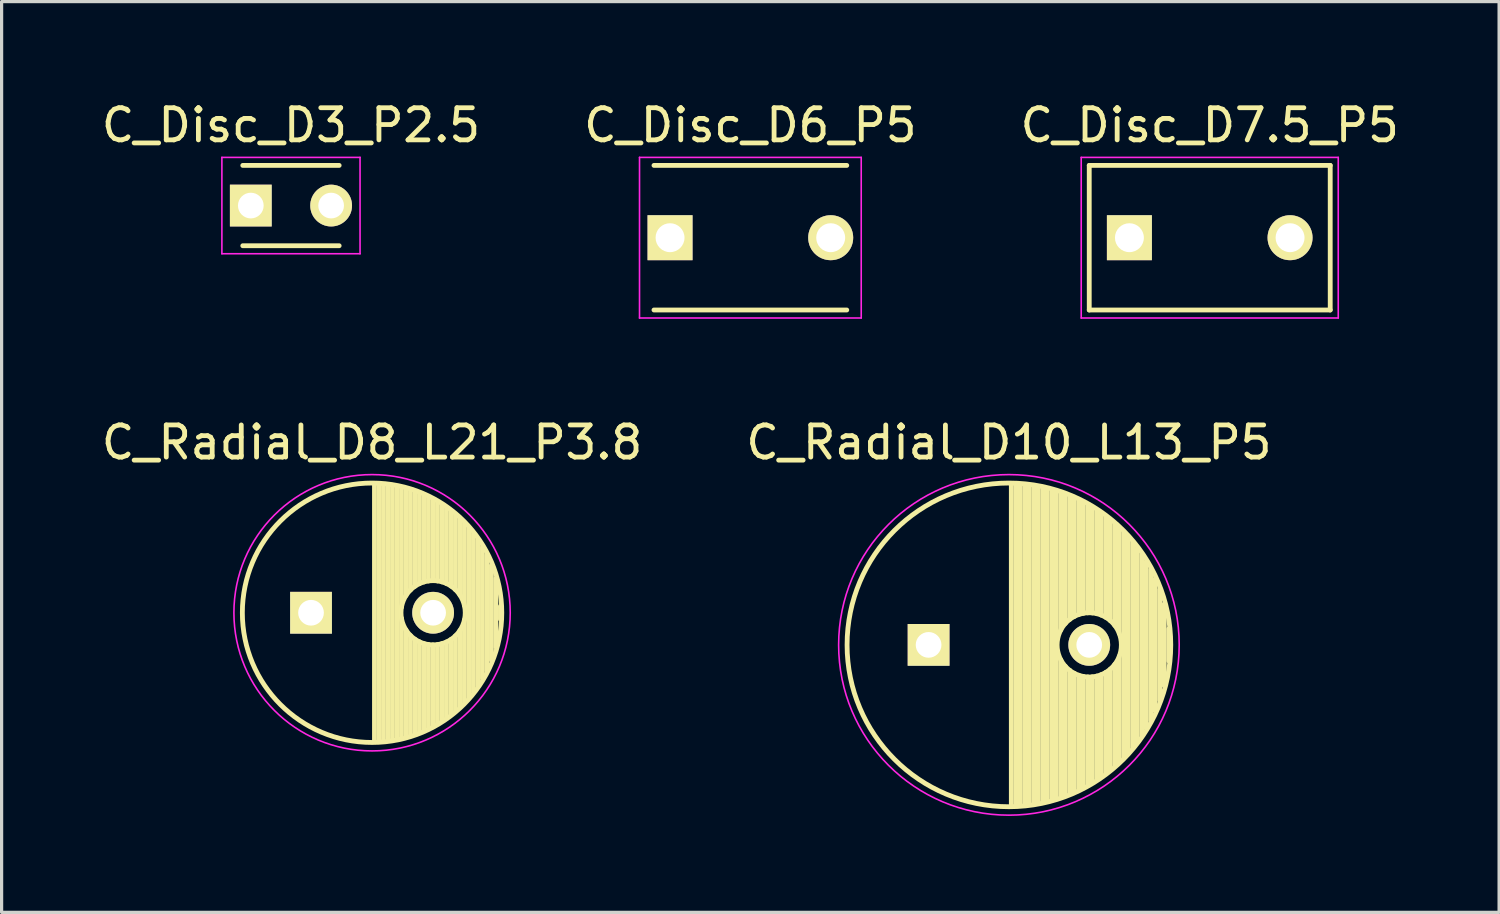
<source format=kicad_pcb>
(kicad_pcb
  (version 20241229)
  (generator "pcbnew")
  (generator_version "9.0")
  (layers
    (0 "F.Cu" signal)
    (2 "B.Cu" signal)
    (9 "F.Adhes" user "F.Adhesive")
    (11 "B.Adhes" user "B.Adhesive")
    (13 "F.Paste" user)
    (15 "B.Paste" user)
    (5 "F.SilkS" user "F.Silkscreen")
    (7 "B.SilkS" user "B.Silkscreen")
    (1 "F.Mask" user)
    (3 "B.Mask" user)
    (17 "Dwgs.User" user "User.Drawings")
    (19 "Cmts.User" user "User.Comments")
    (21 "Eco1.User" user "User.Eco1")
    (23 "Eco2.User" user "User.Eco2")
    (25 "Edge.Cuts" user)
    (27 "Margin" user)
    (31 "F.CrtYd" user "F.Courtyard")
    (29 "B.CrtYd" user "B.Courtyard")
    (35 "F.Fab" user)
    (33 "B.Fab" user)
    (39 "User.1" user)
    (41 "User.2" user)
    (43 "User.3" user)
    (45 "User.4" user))
  (footprint "C_Disc_D3_P2.5"
    (layer "F.Cu")
    (at 4.756 3.348)
    (property "Reference" "C_Disc_D3_P2.5" (at 1.25 -2.5 0) (layer "F.SilkS") (effects (font (size 1 1) (thickness 0.15))))
    (attr through_hole)
    (fp_line (start -0.25 -1.25) (end 2.75 -1.25) (stroke (width 0.15) (type solid)) (layer "F.SilkS"))
    (fp_line (start 2.75 1.25) (end -0.25 1.25) (stroke (width 0.15) (type solid)) (layer "F.SilkS"))
    (fp_line (start -0.9 -1.5) (end 3.4 -1.5) (stroke (width 0.05) (type solid)) (layer "F.CrtYd"))
    (fp_line (start -0.9 1.5) (end -0.9 -1.5) (stroke (width 0.05) (type solid)) (layer "F.CrtYd"))
    (fp_line (start 3.4 -1.5) (end 3.4 1.5) (stroke (width 0.05) (type solid)) (layer "F.CrtYd"))
    (fp_line (start 3.4 1.5) (end -0.9 1.5) (stroke (width 0.05) (type solid)) (layer "F.CrtYd"))
    (pad "1" thru_hole rect (at 0 0) (size 1.3 1.3) (drill 0.8) (layers "*.Cu" "*.Mask" "F.SilkS"))
    (pad "2" thru_hole circle (at 2.5 0) (size 1.3 1.3) (drill 0.8) (layers "*.Cu" "*.Mask" "F.SilkS")))
  (footprint "C_Disc_D6_P5"
    (layer "F.Cu")
    (at 17.804 4.348)
    (property "Reference" "C_Disc_D6_P5" (at 2.5 -3.5 0) (layer "F.SilkS") (effects (font (size 1 1) (thickness 0.15))))
    (attr through_hole)
    (fp_line (start -0.5 -2.25) (end 5.5 -2.25) (stroke (width 0.15) (type solid)) (layer "F.SilkS"))
    (fp_line (start 5.5 2.25) (end -0.5 2.25) (stroke (width 0.15) (type solid)) (layer "F.SilkS"))
    (fp_line (start -0.95 -2.5) (end 5.95 -2.5) (stroke (width 0.05) (type solid)) (layer "F.CrtYd"))
    (fp_line (start -0.95 2.5) (end -0.95 -2.5) (stroke (width 0.05) (type solid)) (layer "F.CrtYd"))
    (fp_line (start 5.95 -2.5) (end 5.95 2.5) (stroke (width 0.05) (type solid)) (layer "F.CrtYd"))
    (fp_line (start 5.95 2.5) (end -0.95 2.5) (stroke (width 0.05) (type solid)) (layer "F.CrtYd"))
    (pad "1" thru_hole rect (at 0 0) (size 1.4 1.4) (drill 0.9) (layers "*.Cu" "*.Mask" "F.SilkS"))
    (pad "2" thru_hole circle (at 5 0) (size 1.4 1.4) (drill 0.9) (layers "*.Cu" "*.Mask" "F.SilkS")))
  (footprint "C_Radial_D8_L21_P3.8"
    (layer "F.Cu")
    (at 6.63 16.021)
    (property "Reference" "C_Radial_D8_L21_P3.8" (at 1.9 -5.3 0) (layer "F.SilkS") (effects (font (size 1 1) (thickness 0.15))))
    (attr through_hole)
    (fp_line (start 1.975 -3.999) (end 1.975 3.999) (stroke (width 0.15) (type solid)) (layer "F.SilkS"))
    (fp_line (start 2.115 -3.994) (end 2.115 3.994) (stroke (width 0.15) (type solid)) (layer "F.SilkS"))
    (fp_line (start 2.255 -3.984) (end 2.255 3.984) (stroke (width 0.15) (type solid)) (layer "F.SilkS"))
    (fp_line (start 2.395 -3.969) (end 2.395 3.969) (stroke (width 0.15) (type solid)) (layer "F.SilkS"))
    (fp_line (start 2.535 -3.949) (end 2.535 3.949) (stroke (width 0.15) (type solid)) (layer "F.SilkS"))
    (fp_line (start 2.675 -3.924) (end 2.675 3.924) (stroke (width 0.15) (type solid)) (layer "F.SilkS"))
    (fp_line (start 2.815 -3.894) (end 2.815 -0.173) (stroke (width 0.15) (type solid)) (layer "F.SilkS"))
    (fp_line (start 2.815 0.173) (end 2.815 3.894) (stroke (width 0.15) (type solid)) (layer "F.SilkS"))
    (fp_line (start 2.955 -3.858) (end 2.955 -0.535) (stroke (width 0.15) (type solid)) (layer "F.SilkS"))
    (fp_line (start 2.955 0.535) (end 2.955 3.858) (stroke (width 0.15) (type solid)) (layer "F.SilkS"))
    (fp_line (start 3.095 -3.817) (end 3.095 -0.709) (stroke (width 0.15) (type solid)) (layer "F.SilkS"))
    (fp_line (start 3.095 0.709) (end 3.095 3.817) (stroke (width 0.15) (type solid)) (layer "F.SilkS"))
    (fp_line (start 3.235 -3.771) (end 3.235 -0.825) (stroke (width 0.15) (type solid)) (layer "F.SilkS"))
    (fp_line (start 3.235 0.825) (end 3.235 3.771) (stroke (width 0.15) (type solid)) (layer "F.SilkS"))
    (fp_line (start 3.375 -3.718) (end 3.375 -0.905) (stroke (width 0.15) (type solid)) (layer "F.SilkS"))
    (fp_line (start 3.375 0.905) (end 3.375 3.718) (stroke (width 0.15) (type solid)) (layer "F.SilkS"))
    (fp_line (start 3.515 -3.659) (end 3.515 -0.959) (stroke (width 0.15) (type solid)) (layer "F.SilkS"))
    (fp_line (start 3.515 0.959) (end 3.515 3.659) (stroke (width 0.15) (type solid)) (layer "F.SilkS"))
    (fp_line (start 3.655 -3.594) (end 3.655 -0.989) (stroke (width 0.15) (type solid)) (layer "F.SilkS"))
    (fp_line (start 3.655 0.989) (end 3.655 3.594) (stroke (width 0.15) (type solid)) (layer "F.SilkS"))
    (fp_line (start 3.795 -3.523) (end 3.795 -1) (stroke (width 0.15) (type solid)) (layer "F.SilkS"))
    (fp_line (start 3.795 1) (end 3.795 3.523) (stroke (width 0.15) (type solid)) (layer "F.SilkS"))
    (fp_line (start 3.935 -3.444) (end 3.935 -0.991) (stroke (width 0.15) (type solid)) (layer "F.SilkS"))
    (fp_line (start 3.935 0.991) (end 3.935 3.444) (stroke (width 0.15) (type solid)) (layer "F.SilkS"))
    (fp_line (start 4.075 -3.357) (end 4.075 -0.961) (stroke (width 0.15) (type solid)) (layer "F.SilkS"))
    (fp_line (start 4.075 0.961) (end 4.075 3.357) (stroke (width 0.15) (type solid)) (layer "F.SilkS"))
    (fp_line (start 4.215 -3.262) (end 4.215 -0.91) (stroke (width 0.15) (type solid)) (layer "F.SilkS"))
    (fp_line (start 4.215 0.91) (end 4.215 3.262) (stroke (width 0.15) (type solid)) (layer "F.SilkS"))
    (fp_line (start 4.355 -3.158) (end 4.355 -0.832) (stroke (width 0.15) (type solid)) (layer "F.SilkS"))
    (fp_line (start 4.355 0.832) (end 4.355 3.158) (stroke (width 0.15) (type solid)) (layer "F.SilkS"))
    (fp_line (start 4.495 -3.044) (end 4.495 -0.719) (stroke (width 0.15) (type solid)) (layer "F.SilkS"))
    (fp_line (start 4.495 0.719) (end 4.495 3.044) (stroke (width 0.15) (type solid)) (layer "F.SilkS"))
    (fp_line (start 4.635 -2.919) (end 4.635 -0.55) (stroke (width 0.15) (type solid)) (layer "F.SilkS"))
    (fp_line (start 4.635 0.55) (end 4.635 2.919) (stroke (width 0.15) (type solid)) (layer "F.SilkS"))
    (fp_line (start 4.775 -2.781) (end 4.775 -0.222) (stroke (width 0.15) (type solid)) (layer "F.SilkS"))
    (fp_line (start 4.775 0.222) (end 4.775 2.781) (stroke (width 0.15) (type solid)) (layer "F.SilkS"))
    (fp_line (start 4.915 -2.629) (end 4.915 2.629) (stroke (width 0.15) (type solid)) (layer "F.SilkS"))
    (fp_line (start 5.055 -2.459) (end 5.055 2.459) (stroke (width 0.15) (type solid)) (layer "F.SilkS"))
    (fp_line (start 5.195 -2.268) (end 5.195 2.268) (stroke (width 0.15) (type solid)) (layer "F.SilkS"))
    (fp_line (start 5.335 -2.05) (end 5.335 2.05) (stroke (width 0.15) (type solid)) (layer "F.SilkS"))
    (fp_line (start 5.475 -1.794) (end 5.475 1.794) (stroke (width 0.15) (type solid)) (layer "F.SilkS"))
    (fp_line (start 5.615 -1.483) (end 5.615 1.483) (stroke (width 0.15) (type solid)) (layer "F.SilkS"))
    (fp_line (start 5.755 -1.067) (end 5.755 1.067) (stroke (width 0.15) (type solid)) (layer "F.SilkS"))
    (fp_line (start 5.895 -0.2) (end 5.895 0.2) (stroke (width 0.15) (type solid)) (layer "F.SilkS"))
    (fp_circle (center 1.9 0) (end 1.9 -4.037) (stroke (width 0.15) (type solid)) (fill no) (layer "F.SilkS"))
    (fp_circle (center 3.8 0) (end 3.8 -1) (stroke (width 0.15) (type solid)) (fill no) (layer "F.SilkS"))
    (fp_circle (center 1.9 0) (end 1.9 -4.3) (stroke (width 0.05) (type solid)) (fill no) (layer "F.CrtYd"))
    (pad "1" thru_hole rect (at 0 0) (size 1.3 1.3) (drill 0.8) (layers "*.Cu" "*.Mask" "F.SilkS"))
    (pad "2" thru_hole circle (at 3.8 0) (size 1.3 1.3) (drill 0.8) (layers "*.Cu" "*.Mask" "F.SilkS")))
  (footprint "C_Disc_D7.5_P5"
    (layer "F.Cu")
    (at 32.101 4.348)
    (property "Reference" "C_Disc_D7.5_P5" (at 2.5 -3.5 0) (layer "F.SilkS") (effects (font (size 1 1) (thickness 0.15))))
    (attr through_hole)
    (fp_line (start -1.25 -2.25) (end 6.25 -2.25) (stroke (width 0.15) (type solid)) (layer "F.SilkS"))
    (fp_line (start -1.25 2.25) (end -1.25 -2.25) (stroke (width 0.15) (type solid)) (layer "F.SilkS"))
    (fp_line (start 6.25 -2.25) (end 6.25 2.25) (stroke (width 0.15) (type solid)) (layer "F.SilkS"))
    (fp_line (start 6.25 2.25) (end -1.25 2.25) (stroke (width 0.15) (type solid)) (layer "F.SilkS"))
    (fp_line (start -1.5 -2.5) (end 6.5 -2.5) (stroke (width 0.05) (type solid)) (layer "F.CrtYd"))
    (fp_line (start -1.5 2.5) (end -1.5 -2.5) (stroke (width 0.05) (type solid)) (layer "F.CrtYd"))
    (fp_line (start 6.5 -2.5) (end 6.5 2.5) (stroke (width 0.05) (type solid)) (layer "F.CrtYd"))
    (fp_line (start 6.5 2.5) (end -1.5 2.5) (stroke (width 0.05) (type solid)) (layer "F.CrtYd"))
    (pad "1" thru_hole rect (at 0 0) (size 1.4 1.4) (drill 0.9) (layers "*.Cu" "*.Mask" "F.SilkS"))
    (pad "2" thru_hole circle (at 5 0) (size 1.4 1.4) (drill 0.9) (layers "*.Cu" "*.Mask" "F.SilkS")))
  (footprint "C_Radial_D10_L13_P5"
    (layer "F.Cu")
    (at 25.851 17.021)
    (property "Reference" "C_Radial_D10_L13_P5" (at 2.5 -6.3 0) (layer "F.SilkS") (effects (font (size 1 1) (thickness 0.15))))
    (attr through_hole)
    (fp_line (start 2.575 -4.999) (end 2.575 4.999) (stroke (width 0.15) (type solid)) (layer "F.SilkS"))
    (fp_line (start 2.715 -4.995) (end 2.715 4.995) (stroke (width 0.15) (type solid)) (layer "F.SilkS"))
    (fp_line (start 2.855 -4.987) (end 2.855 4.987) (stroke (width 0.15) (type solid)) (layer "F.SilkS"))
    (fp_line (start 2.995 -4.975) (end 2.995 4.975) (stroke (width 0.15) (type solid)) (layer "F.SilkS"))
    (fp_line (start 3.135 -4.96) (end 3.135 4.96) (stroke (width 0.15) (type solid)) (layer "F.SilkS"))
    (fp_line (start 3.275 -4.94) (end 3.275 4.94) (stroke (width 0.15) (type solid)) (layer "F.SilkS"))
    (fp_line (start 3.415 -4.916) (end 3.415 4.916) (stroke (width 0.15) (type solid)) (layer "F.SilkS"))
    (fp_line (start 3.555 -4.887) (end 3.555 4.887) (stroke (width 0.15) (type solid)) (layer "F.SilkS"))
    (fp_line (start 3.695 -4.855) (end 3.695 4.855) (stroke (width 0.15) (type solid)) (layer "F.SilkS"))
    (fp_line (start 3.835 -4.818) (end 3.835 4.818) (stroke (width 0.15) (type solid)) (layer "F.SilkS"))
    (fp_line (start 3.975 -4.777) (end 3.975 4.777) (stroke (width 0.15) (type solid)) (layer "F.SilkS"))
    (fp_line (start 4.115 -4.732) (end 4.115 -0.466) (stroke (width 0.15) (type solid)) (layer "F.SilkS"))
    (fp_line (start 4.115 0.466) (end 4.115 4.732) (stroke (width 0.15) (type solid)) (layer "F.SilkS"))
    (fp_line (start 4.255 -4.682) (end 4.255 -0.667) (stroke (width 0.15) (type solid)) (layer "F.SilkS"))
    (fp_line (start 4.255 0.667) (end 4.255 4.682) (stroke (width 0.15) (type solid)) (layer "F.SilkS"))
    (fp_line (start 4.395 -4.627) (end 4.395 -0.796) (stroke (width 0.15) (type solid)) (layer "F.SilkS"))
    (fp_line (start 4.395 0.796) (end 4.395 4.627) (stroke (width 0.15) (type solid)) (layer "F.SilkS"))
    (fp_line (start 4.535 -4.567) (end 4.535 -0.885) (stroke (width 0.15) (type solid)) (layer "F.SilkS"))
    (fp_line (start 4.535 0.885) (end 4.535 4.567) (stroke (width 0.15) (type solid)) (layer "F.SilkS"))
    (fp_line (start 4.675 -4.502) (end 4.675 -0.946) (stroke (width 0.15) (type solid)) (layer "F.SilkS"))
    (fp_line (start 4.675 0.946) (end 4.675 4.502) (stroke (width 0.15) (type solid)) (layer "F.SilkS"))
    (fp_line (start 4.815 -4.432) (end 4.815 -0.983) (stroke (width 0.15) (type solid)) (layer "F.SilkS"))
    (fp_line (start 4.815 0.983) (end 4.815 4.432) (stroke (width 0.15) (type solid)) (layer "F.SilkS"))
    (fp_line (start 4.955 -4.356) (end 4.955 -0.999) (stroke (width 0.15) (type solid)) (layer "F.SilkS"))
    (fp_line (start 4.955 0.999) (end 4.955 4.356) (stroke (width 0.15) (type solid)) (layer "F.SilkS"))
    (fp_line (start 5.095 -4.274) (end 5.095 -0.995) (stroke (width 0.15) (type solid)) (layer "F.SilkS"))
    (fp_line (start 5.095 0.995) (end 5.095 4.274) (stroke (width 0.15) (type solid)) (layer "F.SilkS"))
    (fp_line (start 5.235 -4.186) (end 5.235 -0.972) (stroke (width 0.15) (type solid)) (layer "F.SilkS"))
    (fp_line (start 5.235 0.972) (end 5.235 4.186) (stroke (width 0.15) (type solid)) (layer "F.SilkS"))
    (fp_line (start 5.375 -4.091) (end 5.375 -0.927) (stroke (width 0.15) (type solid)) (layer "F.SilkS"))
    (fp_line (start 5.375 0.927) (end 5.375 4.091) (stroke (width 0.15) (type solid)) (layer "F.SilkS"))
    (fp_line (start 5.515 -3.989) (end 5.515 -0.857) (stroke (width 0.15) (type solid)) (layer "F.SilkS"))
    (fp_line (start 5.515 0.857) (end 5.515 3.989) (stroke (width 0.15) (type solid)) (layer "F.SilkS"))
    (fp_line (start 5.655 -3.879) (end 5.655 -0.756) (stroke (width 0.15) (type solid)) (layer "F.SilkS"))
    (fp_line (start 5.655 0.756) (end 5.655 3.879) (stroke (width 0.15) (type solid)) (layer "F.SilkS"))
    (fp_line (start 5.795 -3.761) (end 5.795 -0.607) (stroke (width 0.15) (type solid)) (layer "F.SilkS"))
    (fp_line (start 5.795 0.607) (end 5.795 3.761) (stroke (width 0.15) (type solid)) (layer "F.SilkS"))
    (fp_line (start 5.935 -3.633) (end 5.935 -0.355) (stroke (width 0.15) (type solid)) (layer "F.SilkS"))
    (fp_line (start 5.935 0.355) (end 5.935 3.633) (stroke (width 0.15) (type solid)) (layer "F.SilkS"))
    (fp_line (start 6.075 -3.496) (end 6.075 3.496) (stroke (width 0.15) (type solid)) (layer "F.SilkS"))
    (fp_line (start 6.215 -3.346) (end 6.215 3.346) (stroke (width 0.15) (type solid)) (layer "F.SilkS"))
    (fp_line (start 6.355 -3.184) (end 6.355 3.184) (stroke (width 0.15) (type solid)) (layer "F.SilkS"))
    (fp_line (start 6.495 -3.007) (end 6.495 3.007) (stroke (width 0.15) (type solid)) (layer "F.SilkS"))
    (fp_line (start 6.635 -2.811) (end 6.635 2.811) (stroke (width 0.15) (type solid)) (layer "F.SilkS"))
    (fp_line (start 6.775 -2.593) (end 6.775 2.593) (stroke (width 0.15) (type solid)) (layer "F.SilkS"))
    (fp_line (start 6.915 -2.347) (end 6.915 2.347) (stroke (width 0.15) (type solid)) (layer "F.SilkS"))
    (fp_line (start 7.055 -2.062) (end 7.055 2.062) (stroke (width 0.15) (type solid)) (layer "F.SilkS"))
    (fp_line (start 7.195 -1.72) (end 7.195 1.72) (stroke (width 0.15) (type solid)) (layer "F.SilkS"))
    (fp_line (start 7.335 -1.274) (end 7.335 1.274) (stroke (width 0.15) (type solid)) (layer "F.SilkS"))
    (fp_line (start 7.475 -0.499) (end 7.475 0.499) (stroke (width 0.15) (type solid)) (layer "F.SilkS"))
    (fp_circle (center 2.5 0) (end 2.5 -5.037) (stroke (width 0.15) (type solid)) (fill no) (layer "F.SilkS"))
    (fp_circle (center 5 0) (end 5 -1) (stroke (width 0.15) (type solid)) (fill no) (layer "F.SilkS"))
    (fp_circle (center 2.5 0) (end 2.5 -5.3) (stroke (width 0.05) (type solid)) (fill no) (layer "F.CrtYd"))
    (pad "1" thru_hole rect (at 0 0) (size 1.3 1.3) (drill 0.8) (layers "*.Cu" "*.Mask" "F.SilkS"))
    (pad "2" thru_hole circle (at 5 0) (size 1.3 1.3) (drill 0.8) (layers "*.Cu" "*.Mask" "F.SilkS")))
  (gr_rect
    (start -3 -3)
    (end 43.607 25.346)
    (stroke (width 0.1) (type default))
    (fill no)
    (layer "Edge.Cuts")))
</source>
